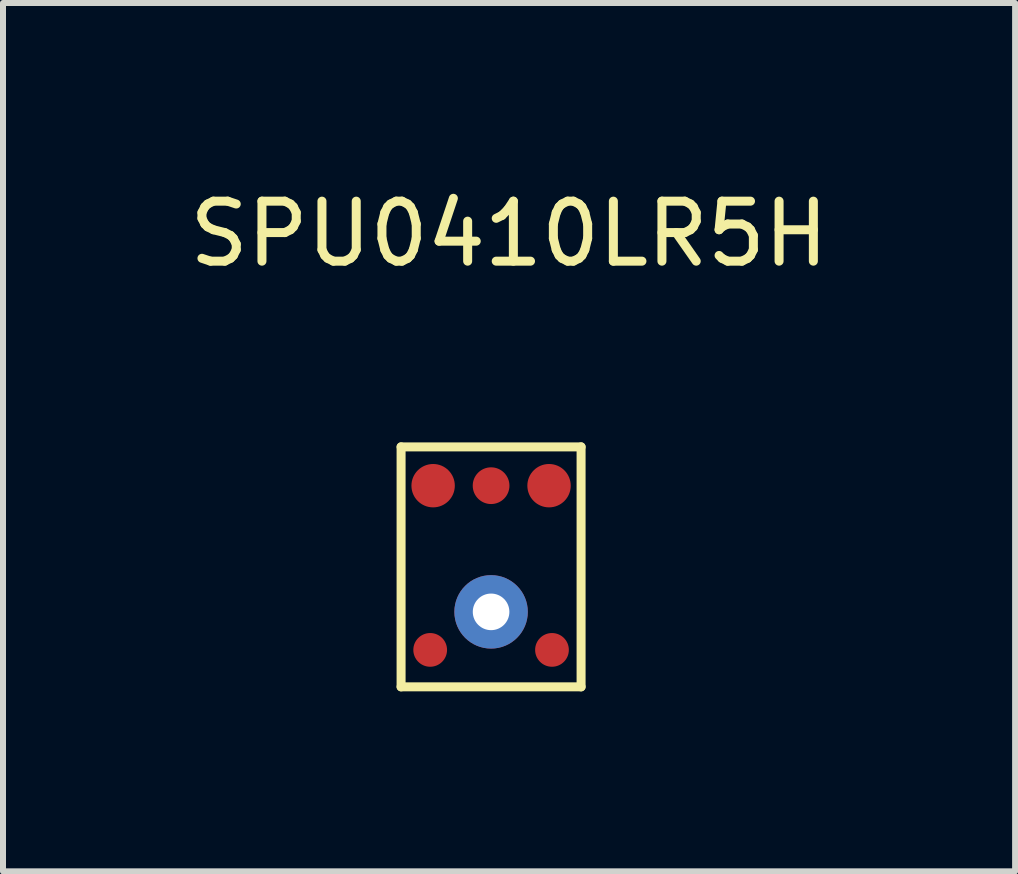
<source format=kicad_pcb>
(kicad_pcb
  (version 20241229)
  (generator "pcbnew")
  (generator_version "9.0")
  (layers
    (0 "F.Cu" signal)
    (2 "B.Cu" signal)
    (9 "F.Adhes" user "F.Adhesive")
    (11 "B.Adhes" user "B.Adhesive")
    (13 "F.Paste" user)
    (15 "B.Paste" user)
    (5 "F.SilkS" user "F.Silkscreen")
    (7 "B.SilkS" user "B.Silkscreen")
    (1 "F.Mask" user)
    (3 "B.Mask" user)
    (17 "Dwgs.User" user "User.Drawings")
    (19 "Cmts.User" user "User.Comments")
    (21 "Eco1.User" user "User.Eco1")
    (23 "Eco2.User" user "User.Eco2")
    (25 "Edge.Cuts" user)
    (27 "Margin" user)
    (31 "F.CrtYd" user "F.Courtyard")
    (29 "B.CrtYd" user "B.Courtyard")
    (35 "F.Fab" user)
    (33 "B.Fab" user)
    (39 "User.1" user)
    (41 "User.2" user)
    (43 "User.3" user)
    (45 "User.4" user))
  (footprint "SPU0410LR5H"
    (layer "F.Cu")
    (at 5.135 7.148)
    (property "Reference" "SPU0410LR5H" (at 0.3 -6.3 0) (layer "F.SilkS") (effects (font (size 1 1) (thickness 0.15))))
    (attr through_hole)
    (fp_line (start -1.5 -2.75) (end 1.5 -2.75) (stroke (width 0.15) (type solid)) (layer "F.SilkS"))
    (fp_line (start -1.5 1.25) (end -1.5 -2.75) (stroke (width 0.15) (type solid)) (layer "F.SilkS"))
    (fp_line (start 1.5 -2.75) (end 1.5 1.25) (stroke (width 0.15) (type solid)) (layer "F.SilkS"))
    (fp_line (start 1.5 1.25) (end -1.5 1.25) (stroke (width 0.15) (type solid)) (layer "F.SilkS"))
    (pad "1" smd circle (at -0.966 -2.103) (size 0.723 0.723) (layers "F.Cu" "F.Mask" "F.Paste"))
    (pad "2" smd circle (at -1.015 0.634) (size 0.562 0.562) (layers "F.Cu" "F.Mask" "F.Paste"))
    (pad "3" smd circle (at 1.015 0.634) (size 0.562 0.562) (layers "F.Cu" "F.Mask" "F.Paste"))
    (pad "4" smd circle (at 0.966 -2.103) (size 0.723 0.723) (layers "F.Cu" "F.Mask" "F.Paste"))
    (pad "5" smd circle (at 0 -2.103) (size 0.612 0.612) (layers "F.Cu" "F.Mask" "F.Paste"))
    (pad "6" thru_hole circle (at 0 0) (size 1.224 1.224) (drill 0.61) (layers "*.Cu" "F.Mask" "F.Paste")))
  (gr_rect
    (start -3 -3)
    (end 13.869 11.473)
    (stroke (width 0.1) (type default))
    (fill no)
    (layer "Edge.Cuts")))
</source>
